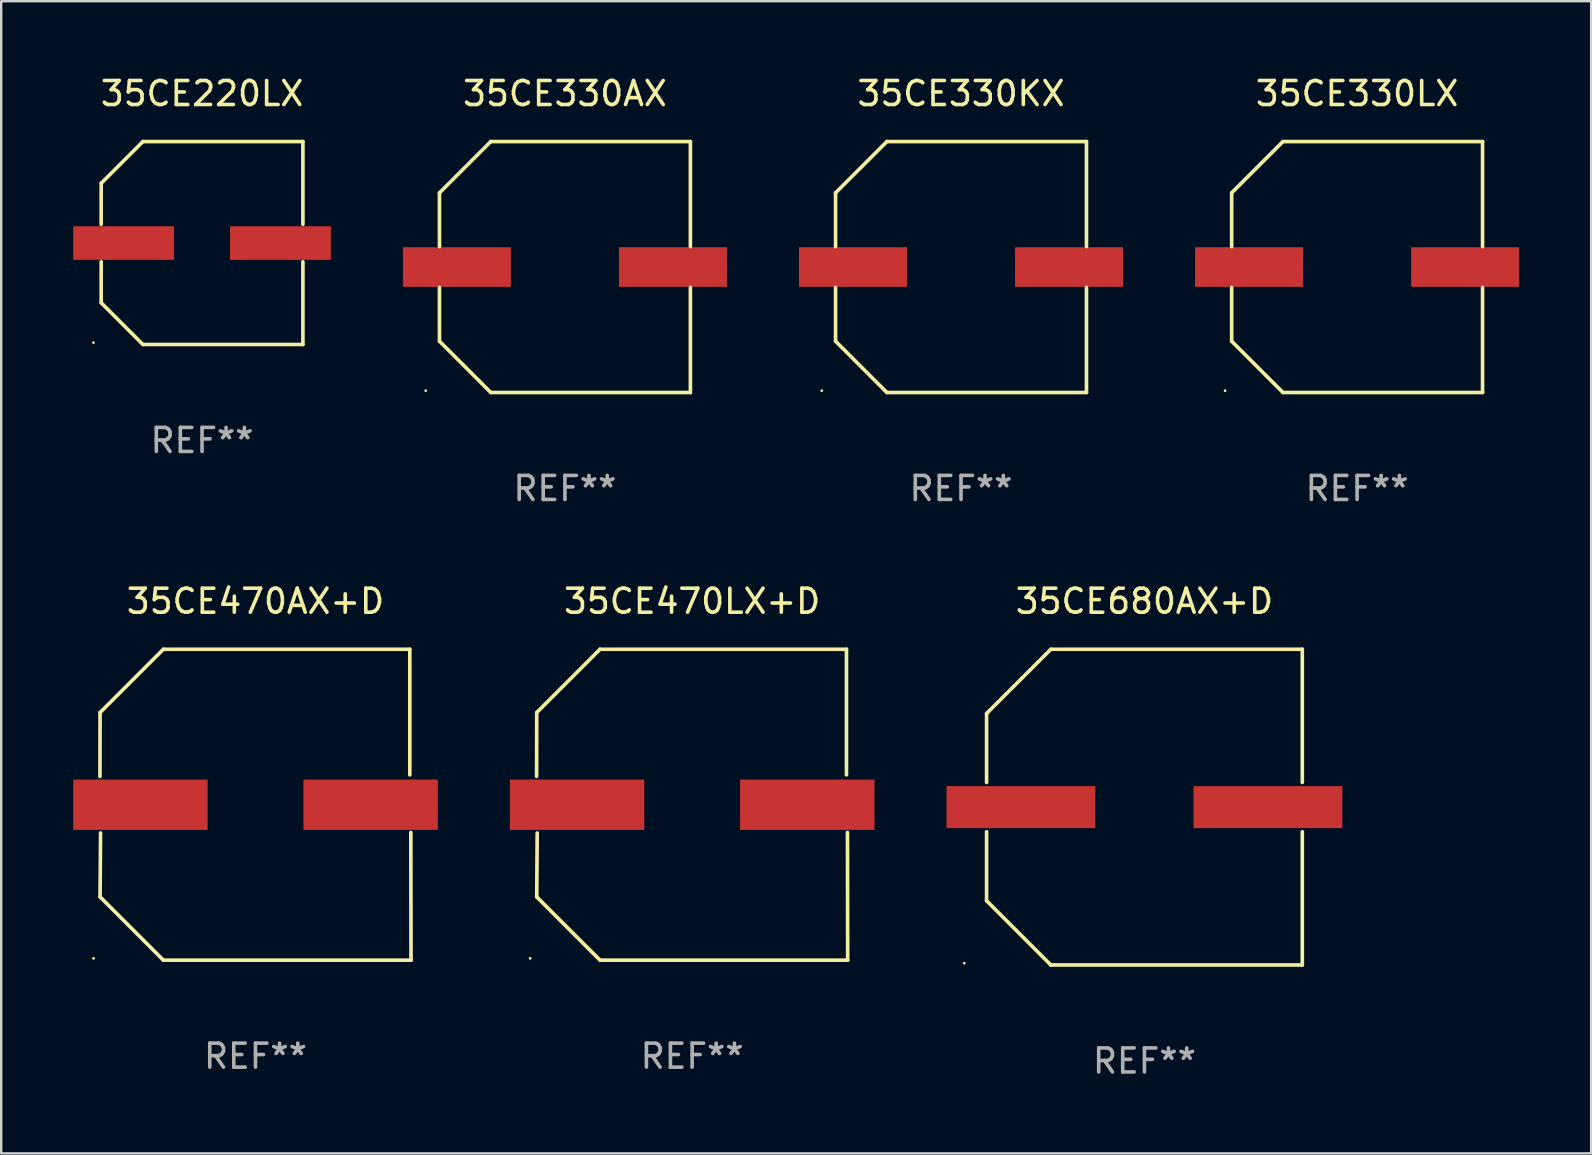
<source format=kicad_pcb>
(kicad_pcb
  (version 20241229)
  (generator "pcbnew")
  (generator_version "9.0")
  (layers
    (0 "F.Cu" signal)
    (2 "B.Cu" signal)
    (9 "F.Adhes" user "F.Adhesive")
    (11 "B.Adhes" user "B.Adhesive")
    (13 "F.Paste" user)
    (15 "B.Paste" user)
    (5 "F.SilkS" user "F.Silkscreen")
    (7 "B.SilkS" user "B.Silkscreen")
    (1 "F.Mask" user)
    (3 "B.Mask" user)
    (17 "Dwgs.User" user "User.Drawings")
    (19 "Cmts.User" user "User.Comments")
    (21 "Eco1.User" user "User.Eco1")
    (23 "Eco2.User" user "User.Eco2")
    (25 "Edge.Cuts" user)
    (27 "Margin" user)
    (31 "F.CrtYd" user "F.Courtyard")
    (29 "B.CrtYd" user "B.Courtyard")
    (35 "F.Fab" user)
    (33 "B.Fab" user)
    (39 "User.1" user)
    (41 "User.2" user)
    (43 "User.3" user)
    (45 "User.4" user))
  (footprint "35CE330LX"
    (layer "F.Cu")
    (at 53.484 8.074)
    (property "Reference" "35CE330LX" (at 0 -7.226 0) (layer "F.SilkS") (effects (font (size 1 1) (thickness 0.15))))
    (attr through_hole)
    (fp_line (start -5.226 -3.09) (end -5.226 -0.852) (stroke (width 0.152) (type solid)) (layer "F.SilkS"))
    (fp_line (start -5.226 3.09) (end -5.226 0.852) (stroke (width 0.152) (type solid)) (layer "F.SilkS"))
    (fp_line (start -3.09 -5.226) (end -5.226 -3.09) (stroke (width 0.152) (type solid)) (layer "F.SilkS"))
    (fp_line (start -3.09 5.226) (end -5.226 3.09) (stroke (width 0.152) (type solid)) (layer "F.SilkS"))
    (fp_line (start 5.226 -5.226) (end -3.09 -5.226) (stroke (width 0.152) (type solid)) (layer "F.SilkS"))
    (fp_line (start 5.226 -0.852) (end 5.226 -5.226) (stroke (width 0.152) (type solid)) (layer "F.SilkS"))
    (fp_line (start 5.226 0.852) (end 5.226 5.226) (stroke (width 0.152) (type solid)) (layer "F.SilkS"))
    (fp_line (start 5.226 5.226) (end -3.09 5.226) (stroke (width 0.152) (type solid)) (layer "F.SilkS"))
    (fp_circle (center -5.5 5.15) (end -5.47 5.15) (stroke (width 0.06) (type solid)) (fill no) (layer "F.SilkS"))
    (fp_text user "REF**" (at 0 9.226 0) (layer "F.Fab") (effects (font (size 1 1) (thickness 0.15))))
    (pad "1" smd rect (at -4.5 -0.000025) (size 4.5 1.65) (layers "F.Cu" "F.Mask" "F.Paste"))
    (pad "2" smd rect (at 4.5 -0.000025) (size 4.5 1.65) (layers "F.Cu" "F.Mask" "F.Paste")))
  (footprint "35CE470AX+D"
    (layer "F.Cu")
    (at 7.593 30.473)
    (property "Reference" "35CE470AX+D" (at 0 -8.476 0) (layer "F.SilkS") (effects (font (size 1 1) (thickness 0.15))))
    (attr through_hole)
    (fp_line (start -6.479 -1.181) (end -6.474 -3.84) (stroke (width 0.152) (type solid)) (layer "F.SilkS"))
    (fp_line (start -6.474 -3.84) (end -3.838 -6.476) (stroke (width 0.152) (type solid)) (layer "F.SilkS"))
    (fp_line (start -6.474 3.84) (end -3.838 6.476) (stroke (width 0.152) (type solid)) (layer "F.SilkS"))
    (fp_line (start -6.454 1.177) (end -6.474 3.84) (stroke (width 0.152) (type solid)) (layer "F.SilkS"))
    (fp_line (start -3.838 6.476) (end 6.479 6.476) (stroke (width 0.152) (type solid)) (layer "F.SilkS"))
    (fp_line (start -3.838 -6.476) (end 6.429 -6.476) (stroke (width 0.152) (type solid)) (layer "F.SilkS"))
    (fp_line (start 6.429 -6.476) (end 6.429 -1.245) (stroke (width 0.152) (type solid)) (layer "F.SilkS"))
    (fp_line (start 6.479 6.476) (end 6.471 1.156) (stroke (width 0.152) (type solid)) (layer "F.SilkS"))
    (fp_circle (center -6.748 6.4) (end -6.718 6.4) (stroke (width 0.06) (type solid)) (fill no) (layer "F.SilkS"))
    (fp_text user "REF**" (at 0 10.476 0) (layer "F.Fab") (effects (font (size 1 1) (thickness 0.15))))
    (pad "1" smd rect (at -4.793 0.000025) (size 5.6 2.1) (layers "F.Cu" "F.Mask" "F.Paste"))
    (pad "2" smd rect (at 4.797 0.000025) (size 5.6 2.1) (layers "F.Cu" "F.Mask" "F.Paste")))
  (footprint "35CE470LX+D"
    (layer "F.Cu")
    (at 25.783 30.473)
    (property "Reference" "35CE470LX+D" (at 0 -8.476 0) (layer "F.SilkS") (effects (font (size 1 1) (thickness 0.15))))
    (attr through_hole)
    (fp_line (start -6.479 -1.181) (end -6.474 -3.84) (stroke (width 0.152) (type solid)) (layer "F.SilkS"))
    (fp_line (start -6.474 -3.84) (end -3.838 -6.476) (stroke (width 0.152) (type solid)) (layer "F.SilkS"))
    (fp_line (start -6.474 3.84) (end -3.838 6.476) (stroke (width 0.152) (type solid)) (layer "F.SilkS"))
    (fp_line (start -6.454 1.177) (end -6.474 3.84) (stroke (width 0.152) (type solid)) (layer "F.SilkS"))
    (fp_line (start -3.838 6.476) (end 6.479 6.476) (stroke (width 0.152) (type solid)) (layer "F.SilkS"))
    (fp_line (start -3.838 -6.476) (end 6.429 -6.476) (stroke (width 0.152) (type solid)) (layer "F.SilkS"))
    (fp_line (start 6.429 -6.476) (end 6.429 -1.245) (stroke (width 0.152) (type solid)) (layer "F.SilkS"))
    (fp_line (start 6.479 6.476) (end 6.471 1.156) (stroke (width 0.152) (type solid)) (layer "F.SilkS"))
    (fp_circle (center -6.748 6.4) (end -6.718 6.4) (stroke (width 0.06) (type solid)) (fill no) (layer "F.SilkS"))
    (fp_text user "REF**" (at 0 10.476 0) (layer "F.Fab") (effects (font (size 1 1) (thickness 0.15))))
    (pad "1" smd rect (at -4.793 0.000025) (size 5.6 2.1) (layers "F.Cu" "F.Mask" "F.Paste"))
    (pad "2" smd rect (at 4.797 0.000025) (size 5.6 2.1) (layers "F.Cu" "F.Mask" "F.Paste")))
  (footprint "35CE220LX"
    (layer "F.Cu")
    (at 5.367 7.074)
    (property "Reference" "35CE220LX" (at 0 -6.226 0) (layer "F.SilkS") (effects (font (size 1 1) (thickness 0.15))))
    (attr through_hole)
    (fp_line (start -4.201 -2.49) (end -4.201 -0.782) (stroke (width 0.152) (type solid)) (layer "F.SilkS"))
    (fp_line (start -4.201 2.49) (end -4.201 0.782) (stroke (width 0.152) (type solid)) (layer "F.SilkS"))
    (fp_line (start -2.465 -4.226) (end -4.201 -2.49) (stroke (width 0.152) (type solid)) (layer "F.SilkS"))
    (fp_line (start -2.465 4.226) (end -4.201 2.49) (stroke (width 0.152) (type solid)) (layer "F.SilkS"))
    (fp_line (start 4.201 -4.226) (end -2.465 -4.226) (stroke (width 0.152) (type solid)) (layer "F.SilkS"))
    (fp_line (start 4.201 -0.782) (end 4.201 -4.226) (stroke (width 0.152) (type solid)) (layer "F.SilkS"))
    (fp_line (start 4.201 0.782) (end 4.201 4.226) (stroke (width 0.152) (type solid)) (layer "F.SilkS"))
    (fp_line (start 4.201 4.226) (end -2.465 4.226) (stroke (width 0.152) (type solid)) (layer "F.SilkS"))
    (fp_circle (center -4.524 4.15) (end -4.494 4.15) (stroke (width 0.06) (type solid)) (fill no) (layer "F.SilkS"))
    (fp_text user "REF**" (at 0 8.226 0) (layer "F.Fab") (effects (font (size 1 1) (thickness 0.15))))
    (pad "1" smd rect (at -3.267 0) (size 4.2 1.4) (layers "F.Cu" "F.Mask" "F.Paste"))
    (pad "2" smd rect (at 3.267 0) (size 4.2 1.4) (layers "F.Cu" "F.Mask" "F.Paste")))
  (footprint "35CE330AX"
    (layer "F.Cu")
    (at 20.484 8.074)
    (property "Reference" "35CE330AX" (at 0 -7.226 0) (layer "F.SilkS") (effects (font (size 1 1) (thickness 0.15))))
    (attr through_hole)
    (fp_line (start -5.226 -3.09) (end -5.226 -0.852) (stroke (width 0.152) (type solid)) (layer "F.SilkS"))
    (fp_line (start -5.226 3.09) (end -5.226 0.852) (stroke (width 0.152) (type solid)) (layer "F.SilkS"))
    (fp_line (start -3.09 -5.226) (end -5.226 -3.09) (stroke (width 0.152) (type solid)) (layer "F.SilkS"))
    (fp_line (start -3.09 5.226) (end -5.226 3.09) (stroke (width 0.152) (type solid)) (layer "F.SilkS"))
    (fp_line (start 5.226 -5.226) (end -3.09 -5.226) (stroke (width 0.152) (type solid)) (layer "F.SilkS"))
    (fp_line (start 5.226 -0.852) (end 5.226 -5.226) (stroke (width 0.152) (type solid)) (layer "F.SilkS"))
    (fp_line (start 5.226 0.852) (end 5.226 5.226) (stroke (width 0.152) (type solid)) (layer "F.SilkS"))
    (fp_line (start 5.226 5.226) (end -3.09 5.226) (stroke (width 0.152) (type solid)) (layer "F.SilkS"))
    (fp_circle (center -5.8 5.15) (end -5.77 5.15) (stroke (width 0.06) (type solid)) (fill no) (layer "F.SilkS"))
    (fp_text user "REF**" (at 0 9.226 0) (layer "F.Fab") (effects (font (size 1 1) (thickness 0.15))))
    (pad "1" smd rect (at -4.5 0) (size 4.5 1.65) (layers "F.Cu" "F.Mask" "F.Paste"))
    (pad "2" smd rect (at 4.5 0) (size 4.5 1.65) (layers "F.Cu" "F.Mask" "F.Paste")))
  (footprint "35CE330KX"
    (layer "F.Cu")
    (at 36.984 8.074)
    (property "Reference" "35CE330KX" (at 0 -7.226 0) (layer "F.SilkS") (effects (font (size 1 1) (thickness 0.15))))
    (attr through_hole)
    (fp_line (start -5.226 -3.09) (end -5.226 -0.852) (stroke (width 0.152) (type solid)) (layer "F.SilkS"))
    (fp_line (start -5.226 3.09) (end -5.226 0.852) (stroke (width 0.152) (type solid)) (layer "F.SilkS"))
    (fp_line (start -3.09 -5.226) (end -5.226 -3.09) (stroke (width 0.152) (type solid)) (layer "F.SilkS"))
    (fp_line (start -3.09 5.226) (end -5.226 3.09) (stroke (width 0.152) (type solid)) (layer "F.SilkS"))
    (fp_line (start 5.226 -5.226) (end -3.09 -5.226) (stroke (width 0.152) (type solid)) (layer "F.SilkS"))
    (fp_line (start 5.226 -0.852) (end 5.226 -5.226) (stroke (width 0.152) (type solid)) (layer "F.SilkS"))
    (fp_line (start 5.226 0.852) (end 5.226 5.226) (stroke (width 0.152) (type solid)) (layer "F.SilkS"))
    (fp_line (start 5.226 5.226) (end -3.09 5.226) (stroke (width 0.152) (type solid)) (layer "F.SilkS"))
    (fp_circle (center -5.8 5.15) (end -5.77 5.15) (stroke (width 0.06) (type solid)) (fill no) (layer "F.SilkS"))
    (fp_text user "REF**" (at 0 9.226 0) (layer "F.Fab") (effects (font (size 1 1) (thickness 0.15))))
    (pad "1" smd rect (at -4.5 0) (size 4.5 1.65) (layers "F.Cu" "F.Mask" "F.Paste"))
    (pad "2" smd rect (at 4.5 0) (size 4.5 1.65) (layers "F.Cu" "F.Mask" "F.Paste")))
  (footprint "35CE680AX+D"
    (layer "F.Cu")
    (at 44.625 30.573)
    (property "Reference" "35CE680AX+D" (at 0 -8.576 0) (layer "F.SilkS") (effects (font (size 1 1) (thickness 0.15))))
    (attr through_hole)
    (fp_line (start -6.576 -3.9) (end -6.576 -1.027) (stroke (width 0.152) (type solid)) (layer "F.SilkS"))
    (fp_line (start -6.576 3.9) (end -6.576 1.027) (stroke (width 0.152) (type solid)) (layer "F.SilkS"))
    (fp_line (start -3.9 -6.576) (end -6.576 -3.9) (stroke (width 0.152) (type solid)) (layer "F.SilkS"))
    (fp_line (start -3.9 6.576) (end -6.576 3.9) (stroke (width 0.152) (type solid)) (layer "F.SilkS"))
    (fp_line (start 6.576 -6.576) (end -3.9 -6.576) (stroke (width 0.152) (type solid)) (layer "F.SilkS"))
    (fp_line (start 6.576 -1.027) (end 6.576 -6.576) (stroke (width 0.152) (type solid)) (layer "F.SilkS"))
    (fp_line (start 6.576 1.027) (end 6.576 6.576) (stroke (width 0.152) (type solid)) (layer "F.SilkS"))
    (fp_line (start 6.576 6.576) (end -3.9 6.576) (stroke (width 0.152) (type solid)) (layer "F.SilkS"))
    (fp_circle (center -7.506 6.5) (end -7.476 6.5) (stroke (width 0.06) (type solid)) (fill no) (layer "F.SilkS"))
    (fp_text user "REF**" (at 0 10.576 0) (layer "F.Fab") (effects (font (size 1 1) (thickness 0.15))))
    (pad "1" smd rect (at -5.145 0) (size 6.2 1.75) (layers "F.Cu" "F.Mask" "F.Paste"))
    (pad "2" smd rect (at 5.145 0) (size 6.2 1.75) (layers "F.Cu" "F.Mask" "F.Paste")))
  (gr_rect
    (start -3 -3)
    (end 63.234 44.998)
    (stroke (width 0.1) (type default))
    (fill no)
    (layer "Edge.Cuts")))
</source>
